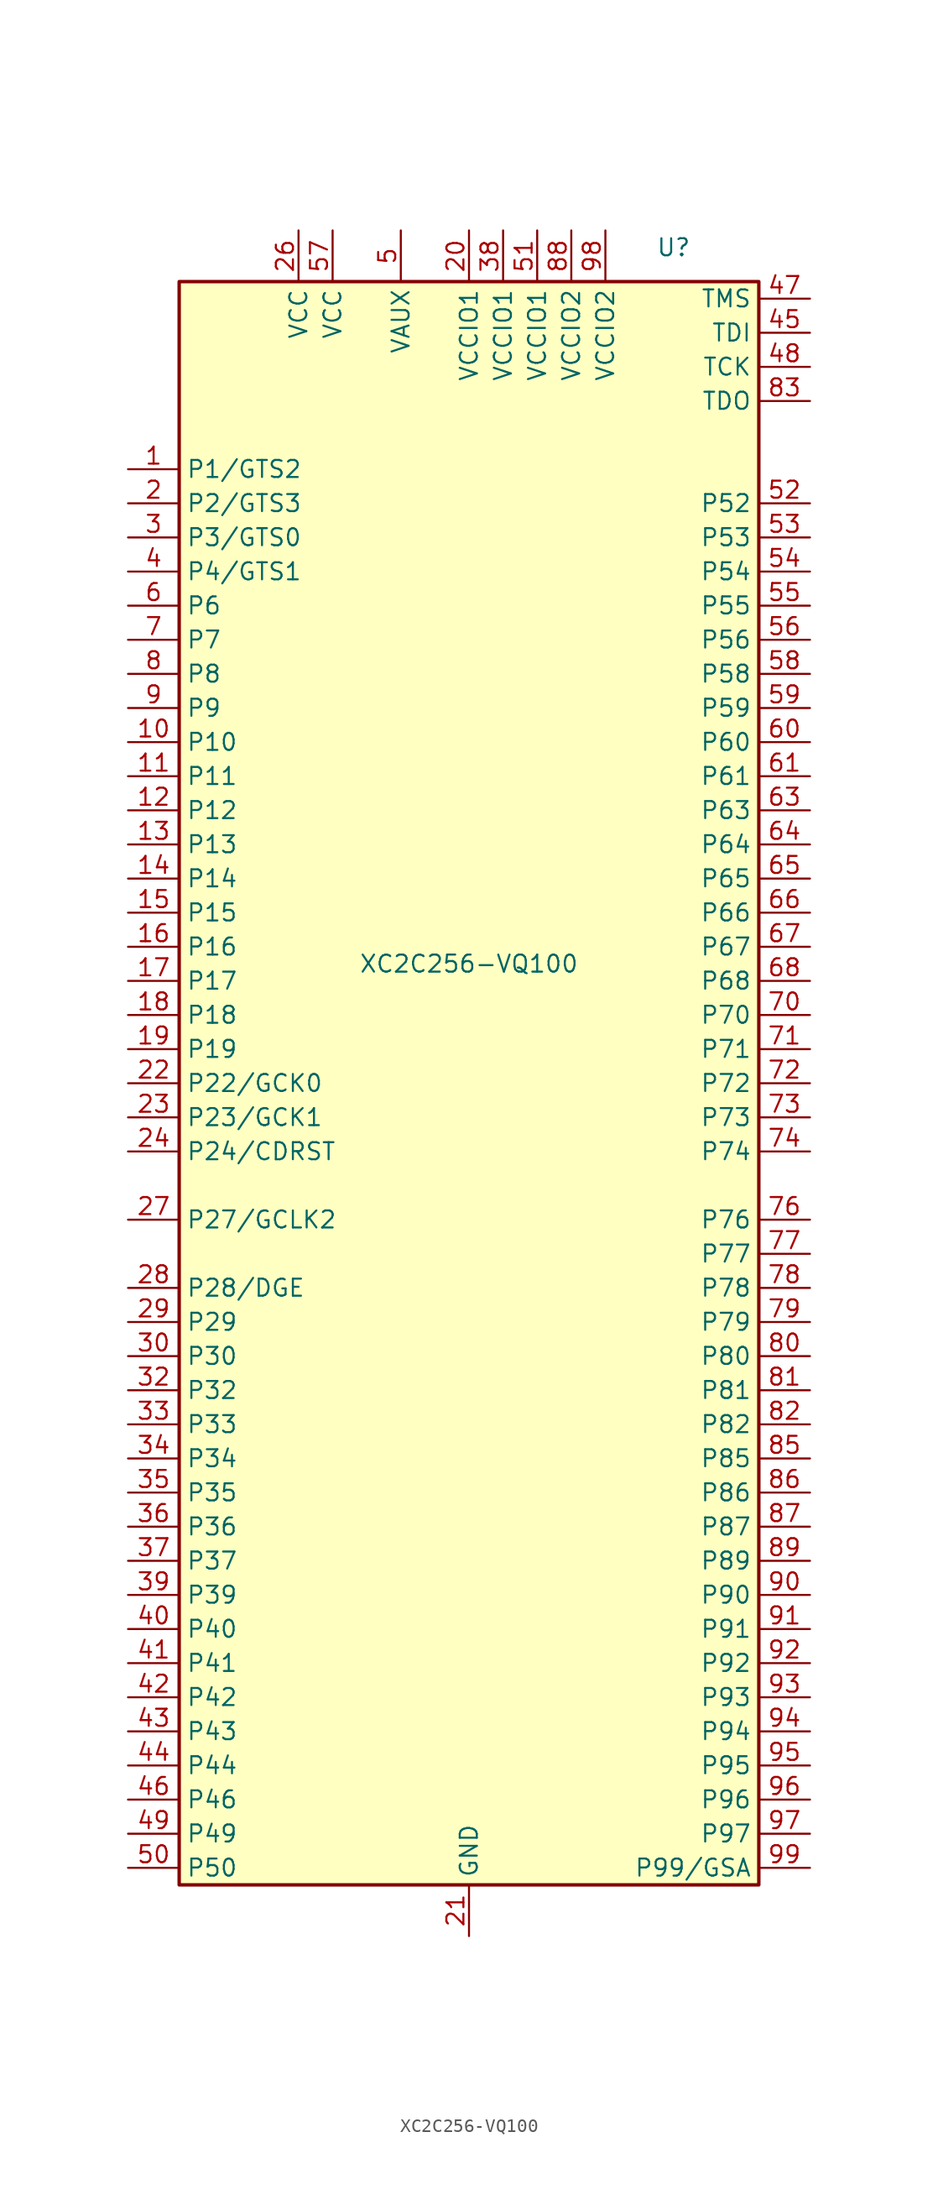
<source format=kicad_sym>
(kicad_symbol_lib
  (version 20211014)
  (generator kicad_symbol_editor)
  (symbol "XC2C256-VQ100"
    (property "Reference" "U"
      (at 15.24 62.23 0)
      (effects (font (size 1.27 1.27))))
    (property "Value" "XC2C256-VQ100"
      (at 0 8.89 0)
      (effects (font (size 1.27 1.27))))
    (symbol "XC2C256-VQ100_0_1"
      (rectangle (start -21.59 59.69) (end 21.59 -59.69) (stroke (width 0.254) (type default) (color 0 0 0 0)) (fill (type background))))
    (symbol "XC2C256-VQ100_1_1"
      (pin bidirectional line (at -25.4 45.72 0) (length 3.81) (name "P1/GTS2" (effects (font (size 1.27 1.27)))) (number "1" (effects (font (size 1.27 1.27)))))
      (pin bidirectional line (at -25.4 25.4 0) (length 3.81) (name "P10" (effects (font (size 1.27 1.27)))) (number "10" (effects (font (size 1.27 1.27)))))
      (pin passive line (at 0 -63.5 90) (length 3.81) hide (name "GND" (effects (font (size 1.27 1.27)))) (number "100" (effects (font (size 1.27 1.27)))))
      (pin bidirectional line (at -25.4 22.86 0) (length 3.81) (name "P11" (effects (font (size 1.27 1.27)))) (number "11" (effects (font (size 1.27 1.27)))))
      (pin bidirectional line (at -25.4 20.32 0) (length 3.81) (name "P12" (effects (font (size 1.27 1.27)))) (number "12" (effects (font (size 1.27 1.27)))))
      (pin bidirectional line (at -25.4 17.78 0) (length 3.81) (name "P13" (effects (font (size 1.27 1.27)))) (number "13" (effects (font (size 1.27 1.27)))))
      (pin bidirectional line (at -25.4 15.24 0) (length 3.81) (name "P14" (effects (font (size 1.27 1.27)))) (number "14" (effects (font (size 1.27 1.27)))))
      (pin bidirectional line (at -25.4 12.7 0) (length 3.81) (name "P15" (effects (font (size 1.27 1.27)))) (number "15" (effects (font (size 1.27 1.27)))))
      (pin bidirectional line (at -25.4 10.16 0) (length 3.81) (name "P16" (effects (font (size 1.27 1.27)))) (number "16" (effects (font (size 1.27 1.27)))))
      (pin bidirectional line (at -25.4 7.62 0) (length 3.81) (name "P17" (effects (font (size 1.27 1.27)))) (number "17" (effects (font (size 1.27 1.27)))))
      (pin bidirectional line (at -25.4 5.08 0) (length 3.81) (name "P18" (effects (font (size 1.27 1.27)))) (number "18" (effects (font (size 1.27 1.27)))))
      (pin bidirectional line (at -25.4 2.54 0) (length 3.81) (name "P19" (effects (font (size 1.27 1.27)))) (number "19" (effects (font (size 1.27 1.27)))))
      (pin bidirectional line (at -25.4 43.18 0) (length 3.81) (name "P2/GTS3" (effects (font (size 1.27 1.27)))) (number "2" (effects (font (size 1.27 1.27)))))
      (pin power_in line (at 0 63.5 270) (length 3.81) (name "VCCIO1" (effects (font (size 1.27 1.27)))) (number "20" (effects (font (size 1.27 1.27)))))
      (pin power_in line (at 0 -63.5 90) (length 3.81) (name "GND" (effects (font (size 1.27 1.27)))) (number "21" (effects (font (size 1.27 1.27)))))
      (pin bidirectional line (at -25.4 0 0) (length 3.81) (name "P22/GCK0" (effects (font (size 1.27 1.27)))) (number "22" (effects (font (size 1.27 1.27)))))
      (pin bidirectional line (at -25.4 -2.54 0) (length 3.81) (name "P23/GCK1" (effects (font (size 1.27 1.27)))) (number "23" (effects (font (size 1.27 1.27)))))
      (pin bidirectional line (at -25.4 -5.08 0) (length 3.81) (name "P24/CDRST" (effects (font (size 1.27 1.27)))) (number "24" (effects (font (size 1.27 1.27)))))
      (pin passive line (at 0 -63.5 90) (length 3.81) hide (name "GND" (effects (font (size 1.27 1.27)))) (number "25" (effects (font (size 1.27 1.27)))))
      (pin power_in line (at -12.7 63.5 270) (length 3.81) (name "VCC" (effects (font (size 1.27 1.27)))) (number "26" (effects (font (size 1.27 1.27)))))
      (pin bidirectional line (at -25.4 -10.16 0) (length 3.81) (name "P27/GCLK2" (effects (font (size 1.27 1.27)))) (number "27" (effects (font (size 1.27 1.27)))))
      (pin bidirectional line (at -25.4 -15.24 0) (length 3.81) (name "P28/DGE" (effects (font (size 1.27 1.27)))) (number "28" (effects (font (size 1.27 1.27)))))
      (pin bidirectional line (at -25.4 -17.78 0) (length 3.81) (name "P29" (effects (font (size 1.27 1.27)))) (number "29" (effects (font (size 1.27 1.27)))))
      (pin bidirectional line (at -25.4 40.64 0) (length 3.81) (name "P3/GTS0" (effects (font (size 1.27 1.27)))) (number "3" (effects (font (size 1.27 1.27)))))
      (pin bidirectional line (at -25.4 -20.32 0) (length 3.81) (name "P30" (effects (font (size 1.27 1.27)))) (number "30" (effects (font (size 1.27 1.27)))))
      (pin passive line (at 0 -63.5 90) (length 3.81) hide (name "GND" (effects (font (size 1.27 1.27)))) (number "31" (effects (font (size 1.27 1.27)))))
      (pin bidirectional line (at -25.4 -22.86 0) (length 3.81) (name "P32" (effects (font (size 1.27 1.27)))) (number "32" (effects (font (size 1.27 1.27)))))
      (pin bidirectional line (at -25.4 -25.4 0) (length 3.81) (name "P33" (effects (font (size 1.27 1.27)))) (number "33" (effects (font (size 1.27 1.27)))))
      (pin bidirectional line (at -25.4 -27.94 0) (length 3.81) (name "P34" (effects (font (size 1.27 1.27)))) (number "34" (effects (font (size 1.27 1.27)))))
      (pin bidirectional line (at -25.4 -30.48 0) (length 3.81) (name "P35" (effects (font (size 1.27 1.27)))) (number "35" (effects (font (size 1.27 1.27)))))
      (pin bidirectional line (at -25.4 -33.02 0) (length 3.81) (name "P36" (effects (font (size 1.27 1.27)))) (number "36" (effects (font (size 1.27 1.27)))))
      (pin bidirectional line (at -25.4 -35.56 0) (length 3.81) (name "P37" (effects (font (size 1.27 1.27)))) (number "37" (effects (font (size 1.27 1.27)))))
      (pin power_in line (at 2.54 63.5 270) (length 3.81) (name "VCCIO1" (effects (font (size 1.27 1.27)))) (number "38" (effects (font (size 1.27 1.27)))))
      (pin bidirectional line (at -25.4 -38.1 0) (length 3.81) (name "P39" (effects (font (size 1.27 1.27)))) (number "39" (effects (font (size 1.27 1.27)))))
      (pin bidirectional line (at -25.4 38.1 0) (length 3.81) (name "P4/GTS1" (effects (font (size 1.27 1.27)))) (number "4" (effects (font (size 1.27 1.27)))))
      (pin bidirectional line (at -25.4 -40.64 0) (length 3.81) (name "P40" (effects (font (size 1.27 1.27)))) (number "40" (effects (font (size 1.27 1.27)))))
      (pin bidirectional line (at -25.4 -43.18 0) (length 3.81) (name "P41" (effects (font (size 1.27 1.27)))) (number "41" (effects (font (size 1.27 1.27)))))
      (pin bidirectional line (at -25.4 -45.72 0) (length 3.81) (name "P42" (effects (font (size 1.27 1.27)))) (number "42" (effects (font (size 1.27 1.27)))))
      (pin bidirectional line (at -25.4 -48.26 0) (length 3.81) (name "P43" (effects (font (size 1.27 1.27)))) (number "43" (effects (font (size 1.27 1.27)))))
      (pin bidirectional line (at -25.4 -50.8 0) (length 3.81) (name "P44" (effects (font (size 1.27 1.27)))) (number "44" (effects (font (size 1.27 1.27)))))
      (pin input line (at 25.4 55.88 180) (length 3.81) (name "TDI" (effects (font (size 1.27 1.27)))) (number "45" (effects (font (size 1.27 1.27)))))
      (pin bidirectional line (at -25.4 -53.34 0) (length 3.81) (name "P46" (effects (font (size 1.27 1.27)))) (number "46" (effects (font (size 1.27 1.27)))))
      (pin input line (at 25.4 58.42 180) (length 3.81) (name "TMS" (effects (font (size 1.27 1.27)))) (number "47" (effects (font (size 1.27 1.27)))))
      (pin input line (at 25.4 53.34 180) (length 3.81) (name "TCK" (effects (font (size 1.27 1.27)))) (number "48" (effects (font (size 1.27 1.27)))))
      (pin bidirectional line (at -25.4 -55.88 0) (length 3.81) (name "P49" (effects (font (size 1.27 1.27)))) (number "49" (effects (font (size 1.27 1.27)))))
      (pin power_in line (at -5.08 63.5 270) (length 3.81) (name "VAUX" (effects (font (size 1.27 1.27)))) (number "5" (effects (font (size 1.27 1.27)))))
      (pin bidirectional line (at -25.4 -58.42 0) (length 3.81) (name "P50" (effects (font (size 1.27 1.27)))) (number "50" (effects (font (size 1.27 1.27)))))
      (pin power_in line (at 5.08 63.5 270) (length 3.81) (name "VCCIO1" (effects (font (size 1.27 1.27)))) (number "51" (effects (font (size 1.27 1.27)))))
      (pin bidirectional line (at 25.4 43.18 180) (length 3.81) (name "P52" (effects (font (size 1.27 1.27)))) (number "52" (effects (font (size 1.27 1.27)))))
      (pin bidirectional line (at 25.4 40.64 180) (length 3.81) (name "P53" (effects (font (size 1.27 1.27)))) (number "53" (effects (font (size 1.27 1.27)))))
      (pin bidirectional line (at 25.4 38.1 180) (length 3.81) (name "P54" (effects (font (size 1.27 1.27)))) (number "54" (effects (font (size 1.27 1.27)))))
      (pin bidirectional line (at 25.4 35.56 180) (length 3.81) (name "P55" (effects (font (size 1.27 1.27)))) (number "55" (effects (font (size 1.27 1.27)))))
      (pin bidirectional line (at 25.4 33.02 180) (length 3.81) (name "P56" (effects (font (size 1.27 1.27)))) (number "56" (effects (font (size 1.27 1.27)))))
      (pin power_in line (at -10.16 63.5 270) (length 3.81) (name "VCC" (effects (font (size 1.27 1.27)))) (number "57" (effects (font (size 1.27 1.27)))))
      (pin bidirectional line (at 25.4 30.48 180) (length 3.81) (name "P58" (effects (font (size 1.27 1.27)))) (number "58" (effects (font (size 1.27 1.27)))))
      (pin bidirectional line (at 25.4 27.94 180) (length 3.81) (name "P59" (effects (font (size 1.27 1.27)))) (number "59" (effects (font (size 1.27 1.27)))))
      (pin bidirectional line (at -25.4 35.56 0) (length 3.81) (name "P6" (effects (font (size 1.27 1.27)))) (number "6" (effects (font (size 1.27 1.27)))))
      (pin bidirectional line (at 25.4 25.4 180) (length 3.81) (name "P60" (effects (font (size 1.27 1.27)))) (number "60" (effects (font (size 1.27 1.27)))))
      (pin bidirectional line (at 25.4 22.86 180) (length 3.81) (name "P61" (effects (font (size 1.27 1.27)))) (number "61" (effects (font (size 1.27 1.27)))))
      (pin passive line (at 0 -63.5 90) (length 3.81) hide (name "GND" (effects (font (size 1.27 1.27)))) (number "62" (effects (font (size 1.27 1.27)))))
      (pin bidirectional line (at 25.4 20.32 180) (length 3.81) (name "P63" (effects (font (size 1.27 1.27)))) (number "63" (effects (font (size 1.27 1.27)))))
      (pin bidirectional line (at 25.4 17.78 180) (length 3.81) (name "P64" (effects (font (size 1.27 1.27)))) (number "64" (effects (font (size 1.27 1.27)))))
      (pin bidirectional line (at 25.4 15.24 180) (length 3.81) (name "P65" (effects (font (size 1.27 1.27)))) (number "65" (effects (font (size 1.27 1.27)))))
      (pin bidirectional line (at 25.4 12.7 180) (length 3.81) (name "P66" (effects (font (size 1.27 1.27)))) (number "66" (effects (font (size 1.27 1.27)))))
      (pin bidirectional line (at 25.4 10.16 180) (length 3.81) (name "P67" (effects (font (size 1.27 1.27)))) (number "67" (effects (font (size 1.27 1.27)))))
      (pin bidirectional line (at 25.4 7.62 180) (length 3.81) (name "P68" (effects (font (size 1.27 1.27)))) (number "68" (effects (font (size 1.27 1.27)))))
      (pin passive line (at 0 -63.5 90) (length 3.81) hide (name "GND" (effects (font (size 1.27 1.27)))) (number "69" (effects (font (size 1.27 1.27)))))
      (pin bidirectional line (at -25.4 33.02 0) (length 3.81) (name "P7" (effects (font (size 1.27 1.27)))) (number "7" (effects (font (size 1.27 1.27)))))
      (pin bidirectional line (at 25.4 5.08 180) (length 3.81) (name "P70" (effects (font (size 1.27 1.27)))) (number "70" (effects (font (size 1.27 1.27)))))
      (pin bidirectional line (at 25.4 2.54 180) (length 3.81) (name "P71" (effects (font (size 1.27 1.27)))) (number "71" (effects (font (size 1.27 1.27)))))
      (pin bidirectional line (at 25.4 0 180) (length 3.81) (name "P72" (effects (font (size 1.27 1.27)))) (number "72" (effects (font (size 1.27 1.27)))))
      (pin bidirectional line (at 25.4 -2.54 180) (length 3.81) (name "P73" (effects (font (size 1.27 1.27)))) (number "73" (effects (font (size 1.27 1.27)))))
      (pin bidirectional line (at 25.4 -5.08 180) (length 3.81) (name "P74" (effects (font (size 1.27 1.27)))) (number "74" (effects (font (size 1.27 1.27)))))
      (pin passive line (at 0 -63.5 90) (length 3.81) hide (name "GND" (effects (font (size 1.27 1.27)))) (number "75" (effects (font (size 1.27 1.27)))))
      (pin bidirectional line (at 25.4 -10.16 180) (length 3.81) (name "P76" (effects (font (size 1.27 1.27)))) (number "76" (effects (font (size 1.27 1.27)))))
      (pin bidirectional line (at 25.4 -12.7 180) (length 3.81) (name "P77" (effects (font (size 1.27 1.27)))) (number "77" (effects (font (size 1.27 1.27)))))
      (pin bidirectional line (at 25.4 -15.24 180) (length 3.81) (name "P78" (effects (font (size 1.27 1.27)))) (number "78" (effects (font (size 1.27 1.27)))))
      (pin bidirectional line (at 25.4 -17.78 180) (length 3.81) (name "P79" (effects (font (size 1.27 1.27)))) (number "79" (effects (font (size 1.27 1.27)))))
      (pin bidirectional line (at -25.4 30.48 0) (length 3.81) (name "P8" (effects (font (size 1.27 1.27)))) (number "8" (effects (font (size 1.27 1.27)))))
      (pin bidirectional line (at 25.4 -20.32 180) (length 3.81) (name "P80" (effects (font (size 1.27 1.27)))) (number "80" (effects (font (size 1.27 1.27)))))
      (pin bidirectional line (at 25.4 -22.86 180) (length 3.81) (name "P81" (effects (font (size 1.27 1.27)))) (number "81" (effects (font (size 1.27 1.27)))))
      (pin bidirectional line (at 25.4 -25.4 180) (length 3.81) (name "P82" (effects (font (size 1.27 1.27)))) (number "82" (effects (font (size 1.27 1.27)))))
      (pin output line (at 25.4 50.8 180) (length 3.81) (name "TDO" (effects (font (size 1.27 1.27)))) (number "83" (effects (font (size 1.27 1.27)))))
      (pin passive line (at 0 -63.5 90) (length 3.81) hide (name "GND" (effects (font (size 1.27 1.27)))) (number "84" (effects (font (size 1.27 1.27)))))
      (pin bidirectional line (at 25.4 -27.94 180) (length 3.81) (name "P85" (effects (font (size 1.27 1.27)))) (number "85" (effects (font (size 1.27 1.27)))))
      (pin bidirectional line (at 25.4 -30.48 180) (length 3.81) (name "P86" (effects (font (size 1.27 1.27)))) (number "86" (effects (font (size 1.27 1.27)))))
      (pin bidirectional line (at 25.4 -33.02 180) (length 3.81) (name "P87" (effects (font (size 1.27 1.27)))) (number "87" (effects (font (size 1.27 1.27)))))
      (pin power_in line (at 7.62 63.5 270) (length 3.81) (name "VCCIO2" (effects (font (size 1.27 1.27)))) (number "88" (effects (font (size 1.27 1.27)))))
      (pin bidirectional line (at 25.4 -35.56 180) (length 3.81) (name "P89" (effects (font (size 1.27 1.27)))) (number "89" (effects (font (size 1.27 1.27)))))
      (pin bidirectional line (at -25.4 27.94 0) (length 3.81) (name "P9" (effects (font (size 1.27 1.27)))) (number "9" (effects (font (size 1.27 1.27)))))
      (pin bidirectional line (at 25.4 -38.1 180) (length 3.81) (name "P90" (effects (font (size 1.27 1.27)))) (number "90" (effects (font (size 1.27 1.27)))))
      (pin bidirectional line (at 25.4 -40.64 180) (length 3.81) (name "P91" (effects (font (size 1.27 1.27)))) (number "91" (effects (font (size 1.27 1.27)))))
      (pin bidirectional line (at 25.4 -43.18 180) (length 3.81) (name "P92" (effects (font (size 1.27 1.27)))) (number "92" (effects (font (size 1.27 1.27)))))
      (pin bidirectional line (at 25.4 -45.72 180) (length 3.81) (name "P93" (effects (font (size 1.27 1.27)))) (number "93" (effects (font (size 1.27 1.27)))))
      (pin bidirectional line (at 25.4 -48.26 180) (length 3.81) (name "P94" (effects (font (size 1.27 1.27)))) (number "94" (effects (font (size 1.27 1.27)))))
      (pin bidirectional line (at 25.4 -50.8 180) (length 3.81) (name "P95" (effects (font (size 1.27 1.27)))) (number "95" (effects (font (size 1.27 1.27)))))
      (pin bidirectional line (at 25.4 -53.34 180) (length 3.81) (name "P96" (effects (font (size 1.27 1.27)))) (number "96" (effects (font (size 1.27 1.27)))))
      (pin bidirectional line (at 25.4 -55.88 180) (length 3.81) (name "P97" (effects (font (size 1.27 1.27)))) (number "97" (effects (font (size 1.27 1.27)))))
      (pin power_in line (at 10.16 63.5 270) (length 3.81) (name "VCCIO2" (effects (font (size 1.27 1.27)))) (number "98" (effects (font (size 1.27 1.27)))))
      (pin bidirectional line (at 25.4 -58.42 180) (length 3.81) (name "P99/GSA" (effects (font (size 1.27 1.27)))) (number "99" (effects (font (size 1.27 1.27))))))))
</source>
